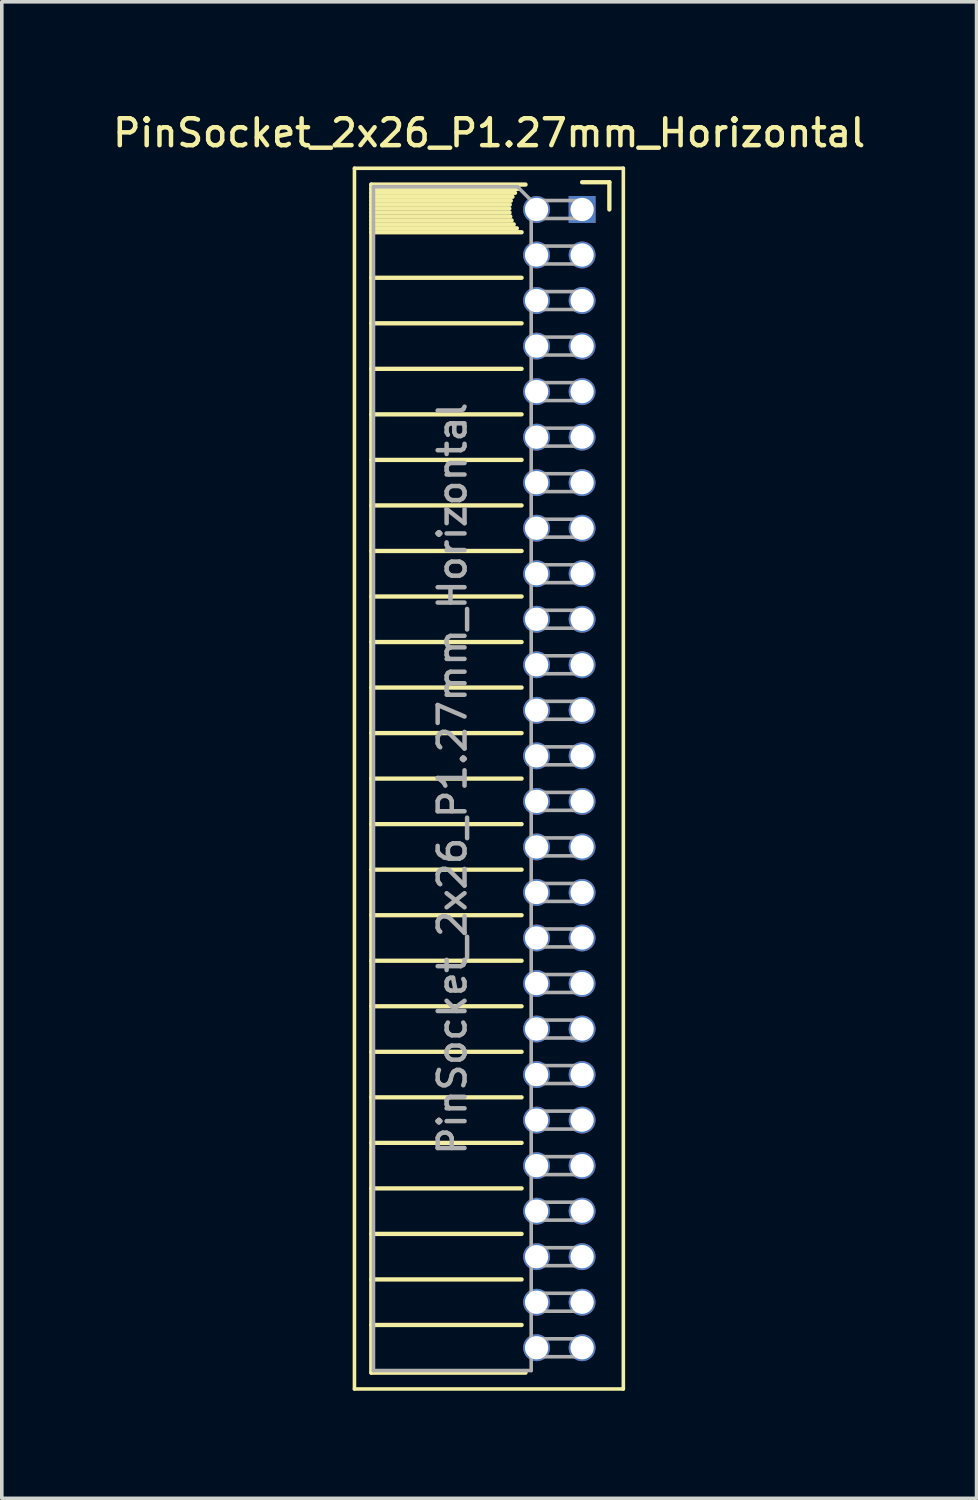
<source format=kicad_pcb>
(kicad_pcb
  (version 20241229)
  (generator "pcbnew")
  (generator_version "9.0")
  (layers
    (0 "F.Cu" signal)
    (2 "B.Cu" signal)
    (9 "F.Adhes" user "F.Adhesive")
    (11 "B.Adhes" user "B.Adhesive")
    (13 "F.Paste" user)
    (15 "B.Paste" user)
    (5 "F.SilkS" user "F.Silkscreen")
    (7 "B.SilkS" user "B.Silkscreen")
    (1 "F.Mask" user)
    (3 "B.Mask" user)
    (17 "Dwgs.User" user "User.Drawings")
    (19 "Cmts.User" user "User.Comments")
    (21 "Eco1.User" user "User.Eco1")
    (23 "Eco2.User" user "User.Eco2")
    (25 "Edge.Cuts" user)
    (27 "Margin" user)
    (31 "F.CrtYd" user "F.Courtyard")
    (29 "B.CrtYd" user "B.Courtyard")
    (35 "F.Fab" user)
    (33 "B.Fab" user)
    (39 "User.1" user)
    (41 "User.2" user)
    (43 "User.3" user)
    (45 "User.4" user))
  (footprint "PinSocket_2x26_P1.27mm_Horizontal"
    (layer "F.Cu")
    (at 13.187 2.793)
    (property "Reference" "PinSocket_2x26_P1.27mm_Horizontal" (at -2.592 -2.135 0) (layer "F.SilkS") (effects (font (size 0.75 0.75) (thickness 0.125))))
    (attr through_hole)
    (fp_line (start -6.35 -1.15) (end -6.35 32.9) (stroke (width 0.1) (type solid)) (layer "F.SilkS"))
    (fp_line (start -6.35 32.9) (end 1.15 32.9) (stroke (width 0.1) (type solid)) (layer "F.SilkS"))
    (fp_line (start -5.88 -0.695) (end -5.88 32.445) (stroke (width 0.12) (type solid)) (layer "F.SilkS"))
    (fp_line (start -5.88 -0.695) (end -1.578 -0.695) (stroke (width 0.12) (type solid)) (layer "F.SilkS"))
    (fp_line (start -5.88 -0.575) (end -1.767 -0.575) (stroke (width 0.12) (type solid)) (layer "F.SilkS"))
    (fp_line (start -5.88 -0.465) (end -1.871 -0.465) (stroke (width 0.12) (type solid)) (layer "F.SilkS"))
    (fp_line (start -5.88 -0.355) (end -1.942 -0.355) (stroke (width 0.12) (type solid)) (layer "F.SilkS"))
    (fp_line (start -5.88 -0.245) (end -1.989 -0.245) (stroke (width 0.12) (type solid)) (layer "F.SilkS"))
    (fp_line (start -5.88 -0.135) (end -2.018 -0.135) (stroke (width 0.12) (type solid)) (layer "F.SilkS"))
    (fp_line (start -5.88 -0.025) (end -2.03 -0.025) (stroke (width 0.12) (type solid)) (layer "F.SilkS"))
    (fp_line (start -5.88 0.085) (end -2.025 0.085) (stroke (width 0.12) (type solid)) (layer "F.SilkS"))
    (fp_line (start -5.88 0.195) (end -2.005 0.195) (stroke (width 0.12) (type solid)) (layer "F.SilkS"))
    (fp_line (start -5.88 0.305) (end -1.966 0.305) (stroke (width 0.12) (type solid)) (layer "F.SilkS"))
    (fp_line (start -5.88 0.415) (end -1.907 0.415) (stroke (width 0.12) (type solid)) (layer "F.SilkS"))
    (fp_line (start -5.88 0.525) (end -1.82 0.525) (stroke (width 0.12) (type solid)) (layer "F.SilkS"))
    (fp_line (start -5.88 0.635) (end -1.688 0.635) (stroke (width 0.12) (type solid)) (layer "F.SilkS"))
    (fp_line (start -5.88 1.905) (end -1.688 1.905) (stroke (width 0.12) (type solid)) (layer "F.SilkS"))
    (fp_line (start -5.88 3.175) (end -1.688 3.175) (stroke (width 0.12) (type solid)) (layer "F.SilkS"))
    (fp_line (start -5.88 4.445) (end -1.688 4.445) (stroke (width 0.12) (type solid)) (layer "F.SilkS"))
    (fp_line (start -5.88 5.715) (end -1.688 5.715) (stroke (width 0.12) (type solid)) (layer "F.SilkS"))
    (fp_line (start -5.88 6.985) (end -1.688 6.985) (stroke (width 0.12) (type solid)) (layer "F.SilkS"))
    (fp_line (start -5.88 8.255) (end -1.688 8.255) (stroke (width 0.12) (type solid)) (layer "F.SilkS"))
    (fp_line (start -5.88 9.525) (end -1.688 9.525) (stroke (width 0.12) (type solid)) (layer "F.SilkS"))
    (fp_line (start -5.88 10.795) (end -1.688 10.795) (stroke (width 0.12) (type solid)) (layer "F.SilkS"))
    (fp_line (start -5.88 12.065) (end -1.688 12.065) (stroke (width 0.12) (type solid)) (layer "F.SilkS"))
    (fp_line (start -5.88 13.335) (end -1.688 13.335) (stroke (width 0.12) (type solid)) (layer "F.SilkS"))
    (fp_line (start -5.88 14.605) (end -1.688 14.605) (stroke (width 0.12) (type solid)) (layer "F.SilkS"))
    (fp_line (start -5.88 15.875) (end -1.688 15.875) (stroke (width 0.12) (type solid)) (layer "F.SilkS"))
    (fp_line (start -5.88 17.145) (end -1.688 17.145) (stroke (width 0.12) (type solid)) (layer "F.SilkS"))
    (fp_line (start -5.88 18.415) (end -1.688 18.415) (stroke (width 0.12) (type solid)) (layer "F.SilkS"))
    (fp_line (start -5.88 19.685) (end -1.688 19.685) (stroke (width 0.12) (type solid)) (layer "F.SilkS"))
    (fp_line (start -5.88 20.955) (end -1.688 20.955) (stroke (width 0.12) (type solid)) (layer "F.SilkS"))
    (fp_line (start -5.88 22.225) (end -1.688 22.225) (stroke (width 0.12) (type solid)) (layer "F.SilkS"))
    (fp_line (start -5.88 23.495) (end -1.688 23.495) (stroke (width 0.12) (type solid)) (layer "F.SilkS"))
    (fp_line (start -5.88 24.765) (end -1.688 24.765) (stroke (width 0.12) (type solid)) (layer "F.SilkS"))
    (fp_line (start -5.88 26.035) (end -1.688 26.035) (stroke (width 0.12) (type solid)) (layer "F.SilkS"))
    (fp_line (start -5.88 27.305) (end -1.688 27.305) (stroke (width 0.12) (type solid)) (layer "F.SilkS"))
    (fp_line (start -5.88 28.575) (end -1.688 28.575) (stroke (width 0.12) (type solid)) (layer "F.SilkS"))
    (fp_line (start -5.88 29.845) (end -1.688 29.845) (stroke (width 0.12) (type solid)) (layer "F.SilkS"))
    (fp_line (start -5.88 31.115) (end -1.688 31.115) (stroke (width 0.12) (type solid)) (layer "F.SilkS"))
    (fp_line (start -5.88 32.445) (end -1.578 32.445) (stroke (width 0.12) (type solid)) (layer "F.SilkS"))
    (fp_line (start 0 -0.76) (end 0.76 -0.76) (stroke (width 0.12) (type solid)) (layer "F.SilkS"))
    (fp_line (start 0.76 -0.76) (end 0.76 0) (stroke (width 0.12) (type solid)) (layer "F.SilkS"))
    (fp_line (start 1.15 -1.15) (end -6.35 -1.15) (stroke (width 0.1) (type solid)) (layer "F.SilkS"))
    (fp_line (start 1.15 32.9) (end 1.15 -1.15) (stroke (width 0.1) (type solid)) (layer "F.SilkS"))
    (fp_line (start -5.82 -0.635) (end -1.805 -0.635) (stroke (width 0.1) (type solid)) (layer "F.Fab"))
    (fp_line (start -5.82 32.385) (end -5.82 -0.635) (stroke (width 0.1) (type solid)) (layer "F.Fab"))
    (fp_line (start -1.805 -0.635) (end -1.42 -0.25) (stroke (width 0.1) (type solid)) (layer "F.Fab"))
    (fp_line (start -1.42 -0.25) (end -1.42 32.385) (stroke (width 0.1) (type solid)) (layer "F.Fab"))
    (fp_line (start -1.42 0.25) (end 0 0.25) (stroke (width 0.1) (type solid)) (layer "F.Fab"))
    (fp_line (start -1.42 1.52) (end 0 1.52) (stroke (width 0.1) (type solid)) (layer "F.Fab"))
    (fp_line (start -1.42 2.79) (end 0 2.79) (stroke (width 0.1) (type solid)) (layer "F.Fab"))
    (fp_line (start -1.42 4.06) (end 0 4.06) (stroke (width 0.1) (type solid)) (layer "F.Fab"))
    (fp_line (start -1.42 5.33) (end 0 5.33) (stroke (width 0.1) (type solid)) (layer "F.Fab"))
    (fp_line (start -1.42 6.6) (end 0 6.6) (stroke (width 0.1) (type solid)) (layer "F.Fab"))
    (fp_line (start -1.42 7.87) (end 0 7.87) (stroke (width 0.1) (type solid)) (layer "F.Fab"))
    (fp_line (start -1.42 9.14) (end 0 9.14) (stroke (width 0.1) (type solid)) (layer "F.Fab"))
    (fp_line (start -1.42 10.41) (end 0 10.41) (stroke (width 0.1) (type solid)) (layer "F.Fab"))
    (fp_line (start -1.42 11.68) (end 0 11.68) (stroke (width 0.1) (type solid)) (layer "F.Fab"))
    (fp_line (start -1.42 12.95) (end 0 12.95) (stroke (width 0.1) (type solid)) (layer "F.Fab"))
    (fp_line (start -1.42 14.22) (end 0 14.22) (stroke (width 0.1) (type solid)) (layer "F.Fab"))
    (fp_line (start -1.42 15.49) (end 0 15.49) (stroke (width 0.1) (type solid)) (layer "F.Fab"))
    (fp_line (start -1.42 16.76) (end 0 16.76) (stroke (width 0.1) (type solid)) (layer "F.Fab"))
    (fp_line (start -1.42 18.03) (end 0 18.03) (stroke (width 0.1) (type solid)) (layer "F.Fab"))
    (fp_line (start -1.42 19.3) (end 0 19.3) (stroke (width 0.1) (type solid)) (layer "F.Fab"))
    (fp_line (start -1.42 20.57) (end 0 20.57) (stroke (width 0.1) (type solid)) (layer "F.Fab"))
    (fp_line (start -1.42 21.84) (end 0 21.84) (stroke (width 0.1) (type solid)) (layer "F.Fab"))
    (fp_line (start -1.42 23.11) (end 0 23.11) (stroke (width 0.1) (type solid)) (layer "F.Fab"))
    (fp_line (start -1.42 24.38) (end 0 24.38) (stroke (width 0.1) (type solid)) (layer "F.Fab"))
    (fp_line (start -1.42 25.65) (end 0 25.65) (stroke (width 0.1) (type solid)) (layer "F.Fab"))
    (fp_line (start -1.42 26.92) (end 0 26.92) (stroke (width 0.1) (type solid)) (layer "F.Fab"))
    (fp_line (start -1.42 28.19) (end 0 28.19) (stroke (width 0.1) (type solid)) (layer "F.Fab"))
    (fp_line (start -1.42 29.46) (end 0 29.46) (stroke (width 0.1) (type solid)) (layer "F.Fab"))
    (fp_line (start -1.42 30.73) (end 0 30.73) (stroke (width 0.1) (type solid)) (layer "F.Fab"))
    (fp_line (start -1.42 32) (end 0 32) (stroke (width 0.1) (type solid)) (layer "F.Fab"))
    (fp_line (start -1.42 32.385) (end -5.82 32.385) (stroke (width 0.1) (type solid)) (layer "F.Fab"))
    (fp_line (start 0 -0.25) (end -1.42 -0.25) (stroke (width 0.1) (type solid)) (layer "F.Fab"))
    (fp_line (start 0 0.25) (end 0 -0.25) (stroke (width 0.1) (type solid)) (layer "F.Fab"))
    (fp_line (start 0 1.02) (end -1.42 1.02) (stroke (width 0.1) (type solid)) (layer "F.Fab"))
    (fp_line (start 0 1.52) (end 0 1.02) (stroke (width 0.1) (type solid)) (layer "F.Fab"))
    (fp_line (start 0 2.29) (end -1.42 2.29) (stroke (width 0.1) (type solid)) (layer "F.Fab"))
    (fp_line (start 0 2.79) (end 0 2.29) (stroke (width 0.1) (type solid)) (layer "F.Fab"))
    (fp_line (start 0 3.56) (end -1.42 3.56) (stroke (width 0.1) (type solid)) (layer "F.Fab"))
    (fp_line (start 0 4.06) (end 0 3.56) (stroke (width 0.1) (type solid)) (layer "F.Fab"))
    (fp_line (start 0 4.83) (end -1.42 4.83) (stroke (width 0.1) (type solid)) (layer "F.Fab"))
    (fp_line (start 0 5.33) (end 0 4.83) (stroke (width 0.1) (type solid)) (layer "F.Fab"))
    (fp_line (start 0 6.1) (end -1.42 6.1) (stroke (width 0.1) (type solid)) (layer "F.Fab"))
    (fp_line (start 0 6.6) (end 0 6.1) (stroke (width 0.1) (type solid)) (layer "F.Fab"))
    (fp_line (start 0 7.37) (end -1.42 7.37) (stroke (width 0.1) (type solid)) (layer "F.Fab"))
    (fp_line (start 0 7.87) (end 0 7.37) (stroke (width 0.1) (type solid)) (layer "F.Fab"))
    (fp_line (start 0 8.64) (end -1.42 8.64) (stroke (width 0.1) (type solid)) (layer "F.Fab"))
    (fp_line (start 0 9.14) (end 0 8.64) (stroke (width 0.1) (type solid)) (layer "F.Fab"))
    (fp_line (start 0 9.91) (end -1.42 9.91) (stroke (width 0.1) (type solid)) (layer "F.Fab"))
    (fp_line (start 0 10.41) (end 0 9.91) (stroke (width 0.1) (type solid)) (layer "F.Fab"))
    (fp_line (start 0 11.18) (end -1.42 11.18) (stroke (width 0.1) (type solid)) (layer "F.Fab"))
    (fp_line (start 0 11.68) (end 0 11.18) (stroke (width 0.1) (type solid)) (layer "F.Fab"))
    (fp_line (start 0 12.45) (end -1.42 12.45) (stroke (width 0.1) (type solid)) (layer "F.Fab"))
    (fp_line (start 0 12.95) (end 0 12.45) (stroke (width 0.1) (type solid)) (layer "F.Fab"))
    (fp_line (start 0 13.72) (end -1.42 13.72) (stroke (width 0.1) (type solid)) (layer "F.Fab"))
    (fp_line (start 0 14.22) (end 0 13.72) (stroke (width 0.1) (type solid)) (layer "F.Fab"))
    (fp_line (start 0 14.99) (end -1.42 14.99) (stroke (width 0.1) (type solid)) (layer "F.Fab"))
    (fp_line (start 0 15.49) (end 0 14.99) (stroke (width 0.1) (type solid)) (layer "F.Fab"))
    (fp_line (start 0 16.26) (end -1.42 16.26) (stroke (width 0.1) (type solid)) (layer "F.Fab"))
    (fp_line (start 0 16.76) (end 0 16.26) (stroke (width 0.1) (type solid)) (layer "F.Fab"))
    (fp_line (start 0 17.53) (end -1.42 17.53) (stroke (width 0.1) (type solid)) (layer "F.Fab"))
    (fp_line (start 0 18.03) (end 0 17.53) (stroke (width 0.1) (type solid)) (layer "F.Fab"))
    (fp_line (start 0 18.8) (end -1.42 18.8) (stroke (width 0.1) (type solid)) (layer "F.Fab"))
    (fp_line (start 0 19.3) (end 0 18.8) (stroke (width 0.1) (type solid)) (layer "F.Fab"))
    (fp_line (start 0 20.07) (end -1.42 20.07) (stroke (width 0.1) (type solid)) (layer "F.Fab"))
    (fp_line (start 0 20.57) (end 0 20.07) (stroke (width 0.1) (type solid)) (layer "F.Fab"))
    (fp_line (start 0 21.34) (end -1.42 21.34) (stroke (width 0.1) (type solid)) (layer "F.Fab"))
    (fp_line (start 0 21.84) (end 0 21.34) (stroke (width 0.1) (type solid)) (layer "F.Fab"))
    (fp_line (start 0 22.61) (end -1.42 22.61) (stroke (width 0.1) (type solid)) (layer "F.Fab"))
    (fp_line (start 0 23.11) (end 0 22.61) (stroke (width 0.1) (type solid)) (layer "F.Fab"))
    (fp_line (start 0 23.88) (end -1.42 23.88) (stroke (width 0.1) (type solid)) (layer "F.Fab"))
    (fp_line (start 0 24.38) (end 0 23.88) (stroke (width 0.1) (type solid)) (layer "F.Fab"))
    (fp_line (start 0 25.15) (end -1.42 25.15) (stroke (width 0.1) (type solid)) (layer "F.Fab"))
    (fp_line (start 0 25.65) (end 0 25.15) (stroke (width 0.1) (type solid)) (layer "F.Fab"))
    (fp_line (start 0 26.42) (end -1.42 26.42) (stroke (width 0.1) (type solid)) (layer "F.Fab"))
    (fp_line (start 0 26.92) (end 0 26.42) (stroke (width 0.1) (type solid)) (layer "F.Fab"))
    (fp_line (start 0 27.69) (end -1.42 27.69) (stroke (width 0.1) (type solid)) (layer "F.Fab"))
    (fp_line (start 0 28.19) (end 0 27.69) (stroke (width 0.1) (type solid)) (layer "F.Fab"))
    (fp_line (start 0 28.96) (end -1.42 28.96) (stroke (width 0.1) (type solid)) (layer "F.Fab"))
    (fp_line (start 0 29.46) (end 0 28.96) (stroke (width 0.1) (type solid)) (layer "F.Fab"))
    (fp_line (start 0 30.23) (end -1.42 30.23) (stroke (width 0.1) (type solid)) (layer "F.Fab"))
    (fp_line (start 0 30.73) (end 0 30.23) (stroke (width 0.1) (type solid)) (layer "F.Fab"))
    (fp_line (start 0 31.5) (end -1.42 31.5) (stroke (width 0.1) (type solid)) (layer "F.Fab"))
    (fp_line (start 0 32) (end 0 31.5) (stroke (width 0.1) (type solid)) (layer "F.Fab"))
    (fp_text user "${REFERENCE}" (at -3.62 15.875 90) (layer "F.Fab") (effects (font (size 0.75 0.75) (thickness 0.125))))
    (pad "1" thru_hole rect (at 0 0) (size 0.75 0.75) (drill 0.65) (layers "*.Cu" "*.Mask"))
    (pad "2" thru_hole oval (at -1.27 0) (size 0.75 0.75) (drill 0.65) (layers "*.Cu" "*.Mask"))
    (pad "3" thru_hole oval (at 0 1.27) (size 0.75 0.75) (drill 0.65) (layers "*.Cu" "*.Mask"))
    (pad "4" thru_hole oval (at -1.27 1.27) (size 0.75 0.75) (drill 0.65) (layers "*.Cu" "*.Mask"))
    (pad "5" thru_hole oval (at 0 2.54) (size 0.75 0.75) (drill 0.65) (layers "*.Cu" "*.Mask"))
    (pad "6" thru_hole oval (at -1.27 2.54) (size 0.75 0.75) (drill 0.65) (layers "*.Cu" "*.Mask"))
    (pad "7" thru_hole oval (at 0 3.81) (size 0.75 0.75) (drill 0.65) (layers "*.Cu" "*.Mask"))
    (pad "8" thru_hole oval (at -1.27 3.81) (size 0.75 0.75) (drill 0.65) (layers "*.Cu" "*.Mask"))
    (pad "9" thru_hole oval (at 0 5.08) (size 0.75 0.75) (drill 0.65) (layers "*.Cu" "*.Mask"))
    (pad "10" thru_hole oval (at -1.27 5.08) (size 0.75 0.75) (drill 0.65) (layers "*.Cu" "*.Mask"))
    (pad "11" thru_hole oval (at 0 6.35) (size 0.75 0.75) (drill 0.65) (layers "*.Cu" "*.Mask"))
    (pad "12" thru_hole oval (at -1.27 6.35) (size 0.75 0.75) (drill 0.65) (layers "*.Cu" "*.Mask"))
    (pad "13" thru_hole oval (at 0 7.62) (size 0.75 0.75) (drill 0.65) (layers "*.Cu" "*.Mask"))
    (pad "14" thru_hole oval (at -1.27 7.62) (size 0.75 0.75) (drill 0.65) (layers "*.Cu" "*.Mask"))
    (pad "15" thru_hole oval (at 0 8.89) (size 0.75 0.75) (drill 0.65) (layers "*.Cu" "*.Mask"))
    (pad "16" thru_hole oval (at -1.27 8.89) (size 0.75 0.75) (drill 0.65) (layers "*.Cu" "*.Mask"))
    (pad "17" thru_hole oval (at 0 10.16) (size 0.75 0.75) (drill 0.65) (layers "*.Cu" "*.Mask"))
    (pad "18" thru_hole oval (at -1.27 10.16) (size 0.75 0.75) (drill 0.65) (layers "*.Cu" "*.Mask"))
    (pad "19" thru_hole oval (at 0 11.43) (size 0.75 0.75) (drill 0.65) (layers "*.Cu" "*.Mask"))
    (pad "20" thru_hole oval (at -1.27 11.43) (size 0.75 0.75) (drill 0.65) (layers "*.Cu" "*.Mask"))
    (pad "21" thru_hole oval (at 0 12.7) (size 0.75 0.75) (drill 0.65) (layers "*.Cu" "*.Mask"))
    (pad "22" thru_hole oval (at -1.27 12.7) (size 0.75 0.75) (drill 0.65) (layers "*.Cu" "*.Mask"))
    (pad "23" thru_hole oval (at 0 13.97) (size 0.75 0.75) (drill 0.65) (layers "*.Cu" "*.Mask"))
    (pad "24" thru_hole oval (at -1.27 13.97) (size 0.75 0.75) (drill 0.65) (layers "*.Cu" "*.Mask"))
    (pad "25" thru_hole oval (at 0 15.24) (size 0.75 0.75) (drill 0.65) (layers "*.Cu" "*.Mask"))
    (pad "26" thru_hole oval (at -1.27 15.24) (size 0.75 0.75) (drill 0.65) (layers "*.Cu" "*.Mask"))
    (pad "27" thru_hole oval (at 0 16.51) (size 0.75 0.75) (drill 0.65) (layers "*.Cu" "*.Mask"))
    (pad "28" thru_hole oval (at -1.27 16.51) (size 0.75 0.75) (drill 0.65) (layers "*.Cu" "*.Mask"))
    (pad "29" thru_hole oval (at 0 17.78) (size 0.75 0.75) (drill 0.65) (layers "*.Cu" "*.Mask"))
    (pad "30" thru_hole oval (at -1.27 17.78) (size 0.75 0.75) (drill 0.65) (layers "*.Cu" "*.Mask"))
    (pad "31" thru_hole oval (at 0 19.05) (size 0.75 0.75) (drill 0.65) (layers "*.Cu" "*.Mask"))
    (pad "32" thru_hole oval (at -1.27 19.05) (size 0.75 0.75) (drill 0.65) (layers "*.Cu" "*.Mask"))
    (pad "33" thru_hole oval (at 0 20.32) (size 0.75 0.75) (drill 0.65) (layers "*.Cu" "*.Mask"))
    (pad "34" thru_hole oval (at -1.27 20.32) (size 0.75 0.75) (drill 0.65) (layers "*.Cu" "*.Mask"))
    (pad "35" thru_hole oval (at 0 21.59) (size 0.75 0.75) (drill 0.65) (layers "*.Cu" "*.Mask"))
    (pad "36" thru_hole oval (at -1.27 21.59) (size 0.75 0.75) (drill 0.65) (layers "*.Cu" "*.Mask"))
    (pad "37" thru_hole oval (at 0 22.86) (size 0.75 0.75) (drill 0.65) (layers "*.Cu" "*.Mask"))
    (pad "38" thru_hole oval (at -1.27 22.86) (size 0.75 0.75) (drill 0.65) (layers "*.Cu" "*.Mask"))
    (pad "39" thru_hole oval (at 0 24.13) (size 0.75 0.75) (drill 0.65) (layers "*.Cu" "*.Mask"))
    (pad "40" thru_hole oval (at -1.27 24.13) (size 0.75 0.75) (drill 0.65) (layers "*.Cu" "*.Mask"))
    (pad "41" thru_hole oval (at 0 25.4) (size 0.75 0.75) (drill 0.65) (layers "*.Cu" "*.Mask"))
    (pad "42" thru_hole oval (at -1.27 25.4) (size 0.75 0.75) (drill 0.65) (layers "*.Cu" "*.Mask"))
    (pad "43" thru_hole oval (at 0 26.67) (size 0.75 0.75) (drill 0.65) (layers "*.Cu" "*.Mask"))
    (pad "44" thru_hole oval (at -1.27 26.67) (size 0.75 0.75) (drill 0.65) (layers "*.Cu" "*.Mask"))
    (pad "45" thru_hole oval (at 0 27.94) (size 0.75 0.75) (drill 0.65) (layers "*.Cu" "*.Mask"))
    (pad "46" thru_hole oval (at -1.27 27.94) (size 0.75 0.75) (drill 0.65) (layers "*.Cu" "*.Mask"))
    (pad "47" thru_hole oval (at 0 29.21) (size 0.75 0.75) (drill 0.65) (layers "*.Cu" "*.Mask"))
    (pad "48" thru_hole oval (at -1.27 29.21) (size 0.75 0.75) (drill 0.65) (layers "*.Cu" "*.Mask"))
    (pad "49" thru_hole oval (at 0 30.48) (size 0.75 0.75) (drill 0.65) (layers "*.Cu" "*.Mask"))
    (pad "50" thru_hole oval (at -1.27 30.48) (size 0.75 0.75) (drill 0.65) (layers "*.Cu" "*.Mask"))
    (pad "51" thru_hole oval (at 0 31.75) (size 0.75 0.75) (drill 0.65) (layers "*.Cu" "*.Mask"))
    (pad "52" thru_hole oval (at -1.27 31.75) (size 0.75 0.75) (drill 0.65) (layers "*.Cu" "*.Mask")))
  (gr_rect
    (start -3 -3)
    (end 24.189 38.743)
    (stroke (width 0.1) (type default))
    (fill no)
    (layer "Edge.Cuts")))
</source>
